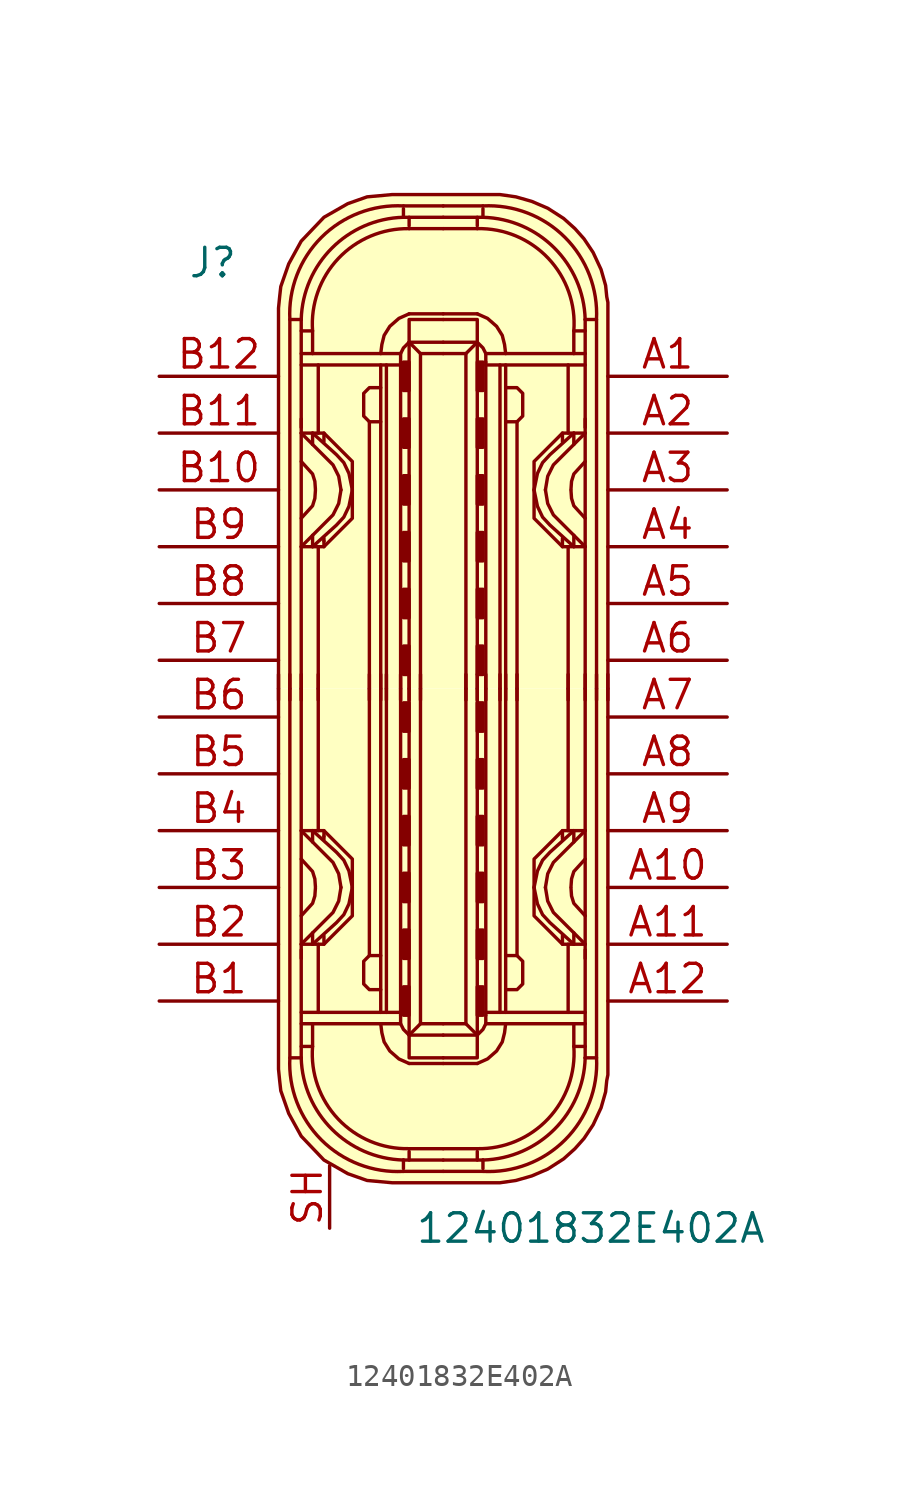
<source format=kicad_sym>
(kicad_symbol_lib
  (version 20220914)
  (generator kicad_symbol_editor)
  (symbol "12401832E402A"
    (pin_names
      (offset 1.016))
    (property "Reference" "J"
      (at -11.43 19.05 0)
      (effects (font (size 1.27 1.27)) (justify left)))
    (property "Value" "12401832E402A"
      (at -1.27 -24.13 0)
      (effects (font (size 1.27 1.27)) (justify left)))
    (symbol "12401832E402A_1_1"
      (arc (start -6.858 -16.51) (mid -5.4492 -20.1812) (end -1.778 -21.59) (stroke (width 0) (type solid)) (fill (type none)))
      (arc (start -6.35 -16.51) (mid -4.9749 -19.7069) (end -1.778 -21.082) (stroke (width 0) (type solid)) (fill (type none)))
      (arc (start -5.842 -16.002) (mid -4.6972 -19.2495) (end -1.524 -20.574) (stroke (width 0) (type solid)) (fill (type none)))
      (rectangle (start -1.778 -14.605) (end -1.524 -13.335) (stroke (width 0) (type solid)) (fill (type outline)))
      (rectangle (start -1.778 -12.065) (end -1.524 -10.795) (stroke (width 0) (type solid)) (fill (type outline)))
      (rectangle (start -1.778 -9.525) (end -1.524 -8.255) (stroke (width 0) (type solid)) (fill (type outline)))
      (rectangle (start -1.778 -6.985) (end -1.524 -5.715) (stroke (width 0) (type solid)) (fill (type outline)))
      (rectangle (start -1.778 -4.445) (end -1.524 -3.175) (stroke (width 0) (type solid)) (fill (type outline)))
      (rectangle (start -1.778 -1.905) (end -1.524 -0.635) (stroke (width 0) (type solid)) (fill (type outline)))
      (rectangle (start -1.778 1.905) (end -1.524 0.635) (stroke (width 0) (type solid)) (fill (type outline)))
      (rectangle (start -1.778 4.445) (end -1.524 3.175) (stroke (width 0) (type solid)) (fill (type outline)))
      (rectangle (start -1.778 6.985) (end -1.524 5.715) (stroke (width 0) (type solid)) (fill (type outline)))
      (rectangle (start -1.778 9.525) (end -1.524 8.255) (stroke (width 0) (type solid)) (fill (type outline)))
      (rectangle (start -1.778 12.065) (end -1.524 10.795) (stroke (width 0) (type solid)) (fill (type outline)))
      (rectangle (start -1.778 14.605) (end -1.524 13.335) (stroke (width 0) (type solid)) (fill (type outline)))
      (arc (start -1.778 21.082) (mid -4.9749 19.7069) (end -6.35 16.51) (stroke (width 0) (type solid)) (fill (type none)))
      (arc (start -1.778 21.59) (mid -5.4492 20.1812) (end -6.858 16.51) (stroke (width 0) (type solid)) (fill (type none)))
      (arc (start -1.524 20.574) (mid -4.6883 19.2412) (end -5.842 16.002) (stroke (width 0) (type solid)) (fill (type none)))
      (polyline (pts (xy -7.366 -0.508) (xy -7.366 0.635)) (stroke (width 0) (type solid)) (fill (type none)))
      (polyline (pts (xy -6.858 -0.508) (xy -6.858 0.635)) (stroke (width 0) (type solid)) (fill (type none)))
      (polyline (pts (xy -6.35 -14.986) (xy -1.905 -14.986)) (stroke (width 0) (type solid)) (fill (type none)))
      (polyline (pts (xy -6.35 -12.065) (xy -6.35 0)) (stroke (width 0) (type solid)) (fill (type none)))
      (polyline (pts (xy -6.35 -0.508) (xy -6.35 0.635)) (stroke (width 0) (type solid)) (fill (type none)))
      (polyline (pts (xy -6.35 12.065) (xy -6.35 0)) (stroke (width 0) (type solid)) (fill (type none)))
      (polyline (pts (xy -6.35 14.986) (xy -1.905 14.986)) (stroke (width 0) (type solid)) (fill (type none)))
      (polyline (pts (xy -5.842 -11.43) (xy -5.842 -10.922)) (stroke (width 0) (type solid)) (fill (type none)))
      (polyline (pts (xy -5.842 -6.35) (xy -5.842 -6.858)) (stroke (width 0) (type solid)) (fill (type none)))
      (polyline (pts (xy -5.842 6.35) (xy -5.842 6.858)) (stroke (width 0) (type solid)) (fill (type none)))
      (polyline (pts (xy -5.842 11.43) (xy -5.842 10.922)) (stroke (width 0) (type solid)) (fill (type none)))
      (polyline (pts (xy -5.588 -14.478) (xy -5.588 -11.43)) (stroke (width 0) (type solid)) (fill (type none)))
      (polyline (pts (xy -5.588 -6.35) (xy -5.588 0)) (stroke (width 0) (type solid)) (fill (type none)))
      (polyline (pts (xy -5.588 -0.508) (xy -5.588 0.635)) (stroke (width 0) (type solid)) (fill (type none)))
      (polyline (pts (xy -5.588 6.35) (xy -5.588 0)) (stroke (width 0) (type solid)) (fill (type none)))
      (polyline (pts (xy -5.588 14.478) (xy -5.588 11.43)) (stroke (width 0) (type solid)) (fill (type none)))
      (polyline (pts (xy -5.334 -11.43) (xy -5.334 -11.049)) (stroke (width 0) (type solid)) (fill (type none)))
      (polyline (pts (xy -5.334 -6.604) (xy -5.334 -6.731)) (stroke (width 0) (type solid)) (fill (type none)))
      (polyline (pts (xy -5.334 -6.35) (xy -5.334 -6.604)) (stroke (width 0) (type solid)) (fill (type none)))
      (polyline (pts (xy -5.334 6.35) (xy -5.334 6.604)) (stroke (width 0) (type solid)) (fill (type none)))
      (polyline (pts (xy -5.334 6.604) (xy -5.334 6.731)) (stroke (width 0) (type solid)) (fill (type none)))
      (polyline (pts (xy -5.334 11.43) (xy -5.334 11.049)) (stroke (width 0) (type solid)) (fill (type none)))
      (polyline (pts (xy -3.302 -0.508) (xy -3.302 0.635)) (stroke (width 0) (type solid)) (fill (type none)))
      (polyline (pts (xy -3.302 0) (xy -3.302 -11.938)) (stroke (width 0) (type solid)) (fill (type none)))
      (polyline (pts (xy -3.302 0) (xy -3.302 11.938)) (stroke (width 0) (type solid)) (fill (type none)))
      (polyline (pts (xy -2.794 -0.508) (xy -2.794 0.635)) (stroke (width 0) (type solid)) (fill (type none)))
      (polyline (pts (xy -2.794 0) (xy -2.794 -14.478)) (stroke (width 0) (type solid)) (fill (type none)))
      (polyline (pts (xy -2.794 0) (xy -2.794 14.478)) (stroke (width 0) (type solid)) (fill (type none)))
      (polyline (pts (xy -2.54 -14.478) (xy -2.54 0)) (stroke (width 0) (type solid)) (fill (type none)))
      (polyline (pts (xy -2.54 -0.508) (xy -2.54 0.635)) (stroke (width 0) (type solid)) (fill (type none)))
      (polyline (pts (xy -2.54 14.478) (xy -2.54 0)) (stroke (width 0) (type solid)) (fill (type none)))
      (polyline (pts (xy -1.905 -14.478) (xy -6.35 -14.478)) (stroke (width 0) (type solid)) (fill (type none)))
      (polyline (pts (xy -1.905 -0.508) (xy -1.905 0.635)) (stroke (width 0) (type solid)) (fill (type none)))
      (polyline (pts (xy -1.905 0) (xy -1.905 -14.605)) (stroke (width 0) (type solid)) (fill (type none)))
      (polyline (pts (xy -1.905 0) (xy -1.905 14.605)) (stroke (width 0) (type solid)) (fill (type none)))
      (polyline (pts (xy -1.905 14.478) (xy -6.35 14.478)) (stroke (width 0) (type solid)) (fill (type none)))
      (polyline (pts (xy -1.778 -21.59) (xy 0 -21.59)) (stroke (width 0) (type solid)) (fill (type background)))
      (polyline (pts (xy -1.778 -21.082) (xy -1.778 -21.463)) (stroke (width 0) (type solid)) (fill (type none)))
      (polyline (pts (xy -1.778 -21.082) (xy 0 -21.082)) (stroke (width 0) (type solid)) (fill (type none)))
      (polyline (pts (xy -1.778 21.082) (xy -1.778 21.463)) (stroke (width 0) (type solid)) (fill (type none)))
      (polyline (pts (xy -1.778 21.082) (xy 0 21.082)) (stroke (width 0) (type solid)) (fill (type none)))
      (polyline (pts (xy -1.778 21.59) (xy 0 21.59)) (stroke (width 0) (type solid)) (fill (type background)))
      (polyline (pts (xy -1.524 -20.701) (xy -1.524 -21.082)) (stroke (width 0) (type solid)) (fill (type none)))
      (polyline (pts (xy -1.524 -20.574) (xy 0 -20.574)) (stroke (width 0) (type solid)) (fill (type none)))
      (polyline (pts (xy -1.524 -0.508) (xy -1.524 0.635)) (stroke (width 0) (type solid)) (fill (type none)))
      (polyline (pts (xy -1.524 20.574) (xy 0 20.574)) (stroke (width 0) (type solid)) (fill (type none)))
      (polyline (pts (xy -1.524 20.701) (xy -1.524 21.082)) (stroke (width 0) (type solid)) (fill (type none)))
      (polyline (pts (xy -1.016 -14.986) (xy -1.524 -15.494)) (stroke (width 0) (type solid)) (fill (type none)))
      (polyline (pts (xy -1.016 -0.508) (xy -1.016 0.635)) (stroke (width 0) (type solid)) (fill (type none)))
      (polyline (pts (xy -1.016 14.986) (xy -1.524 15.494)) (stroke (width 0) (type solid)) (fill (type none)))
      (polyline (pts (xy 0 -16.764) (xy -1.524 -16.764)) (stroke (width 0) (type solid)) (fill (type none)))
      (polyline (pts (xy 0 -16.764) (xy 1.524 -16.764)) (stroke (width 0) (type solid)) (fill (type none)))
      (polyline (pts (xy 0 16.764) (xy -1.524 16.764)) (stroke (width 0) (type solid)) (fill (type none)))
      (polyline (pts (xy 0 16.764) (xy 1.524 16.764)) (stroke (width 0) (type solid)) (fill (type none)))
      (polyline (pts (xy 1.016 -14.986) (xy 1.524 -15.494)) (stroke (width 0) (type solid)) (fill (type none)))
      (polyline (pts (xy 1.016 -0.508) (xy 1.016 0.635)) (stroke (width 0) (type solid)) (fill (type none)))
      (polyline (pts (xy 1.016 14.986) (xy 1.524 15.494)) (stroke (width 0) (type solid)) (fill (type none)))
      (polyline (pts (xy 1.524 -20.701) (xy 1.524 -21.082)) (stroke (width 0) (type solid)) (fill (type none)))
      (polyline (pts (xy 1.524 -20.574) (xy 0 -20.574)) (stroke (width 0) (type solid)) (fill (type none)))
      (polyline (pts (xy 1.524 -0.508) (xy 1.524 0.635)) (stroke (width 0) (type solid)) (fill (type none)))
      (polyline (pts (xy 1.524 20.574) (xy 0 20.574)) (stroke (width 0) (type solid)) (fill (type none)))
      (polyline (pts (xy 1.524 20.701) (xy 1.524 21.082)) (stroke (width 0) (type solid)) (fill (type none)))
      (polyline (pts (xy 1.778 -21.59) (xy 0 -21.59)) (stroke (width 0) (type solid)) (fill (type background)))
      (polyline (pts (xy 1.778 -21.082) (xy 0 -21.082)) (stroke (width 0) (type solid)) (fill (type none)))
      (polyline (pts (xy 1.778 -21.082) (xy 1.778 -21.463)) (stroke (width 0) (type solid)) (fill (type none)))
      (polyline (pts (xy 1.778 21.082) (xy 0 21.082)) (stroke (width 0) (type solid)) (fill (type none)))
      (polyline (pts (xy 1.778 21.082) (xy 1.778 21.463)) (stroke (width 0) (type solid)) (fill (type none)))
      (polyline (pts (xy 1.778 21.59) (xy 0 21.59)) (stroke (width 0) (type solid)) (fill (type background)))
      (polyline (pts (xy 1.905 -14.478) (xy 6.35 -14.478)) (stroke (width 0) (type solid)) (fill (type none)))
      (polyline (pts (xy 1.905 -0.508) (xy 1.905 0.635)) (stroke (width 0) (type solid)) (fill (type none)))
      (polyline (pts (xy 1.905 0) (xy 1.905 -14.605)) (stroke (width 0) (type solid)) (fill (type none)))
      (polyline (pts (xy 1.905 0) (xy 1.905 14.605)) (stroke (width 0) (type solid)) (fill (type none)))
      (polyline (pts (xy 1.905 14.478) (xy 6.35 14.478)) (stroke (width 0) (type solid)) (fill (type none)))
      (polyline (pts (xy 2.54 -14.478) (xy 2.54 0)) (stroke (width 0) (type solid)) (fill (type none)))
      (polyline (pts (xy 2.54 -0.508) (xy 2.54 0.635)) (stroke (width 0) (type solid)) (fill (type none)))
      (polyline (pts (xy 2.54 14.478) (xy 2.54 0)) (stroke (width 0) (type solid)) (fill (type none)))
      (polyline (pts (xy 2.794 -0.508) (xy 2.794 0.635)) (stroke (width 0) (type solid)) (fill (type none)))
      (polyline (pts (xy 2.794 0) (xy 2.794 -14.478)) (stroke (width 0) (type solid)) (fill (type none)))
      (polyline (pts (xy 2.794 0) (xy 2.794 14.478)) (stroke (width 0) (type solid)) (fill (type none)))
      (polyline (pts (xy 3.302 -0.508) (xy 3.302 0.635)) (stroke (width 0) (type solid)) (fill (type none)))
      (polyline (pts (xy 3.302 0) (xy 3.302 -11.938)) (stroke (width 0) (type solid)) (fill (type none)))
      (polyline (pts (xy 3.302 0) (xy 3.302 11.938)) (stroke (width 0) (type solid)) (fill (type none)))
      (polyline (pts (xy 5.334 -11.43) (xy 5.334 -11.049)) (stroke (width 0) (type solid)) (fill (type none)))
      (polyline (pts (xy 5.334 -6.604) (xy 5.334 -6.731)) (stroke (width 0) (type solid)) (fill (type none)))
      (polyline (pts (xy 5.334 -6.35) (xy 5.334 -6.604)) (stroke (width 0) (type solid)) (fill (type none)))
      (polyline (pts (xy 5.334 6.35) (xy 5.334 6.604)) (stroke (width 0) (type solid)) (fill (type none)))
      (polyline (pts (xy 5.334 6.604) (xy 5.334 6.731)) (stroke (width 0) (type solid)) (fill (type none)))
      (polyline (pts (xy 5.334 11.43) (xy 5.334 11.049)) (stroke (width 0) (type solid)) (fill (type none)))
      (polyline (pts (xy 5.588 -14.478) (xy 5.588 -11.43)) (stroke (width 0) (type solid)) (fill (type none)))
      (polyline (pts (xy 5.588 -6.35) (xy 5.588 0)) (stroke (width 0) (type solid)) (fill (type none)))
      (polyline (pts (xy 5.588 -0.508) (xy 5.588 0.635)) (stroke (width 0) (type solid)) (fill (type none)))
      (polyline (pts (xy 5.588 6.35) (xy 5.588 0)) (stroke (width 0) (type solid)) (fill (type none)))
      (polyline (pts (xy 5.588 14.478) (xy 5.588 11.43)) (stroke (width 0) (type solid)) (fill (type none)))
      (polyline (pts (xy 5.842 -11.43) (xy 5.842 -10.922)) (stroke (width 0) (type solid)) (fill (type none)))
      (polyline (pts (xy 5.842 -6.35) (xy 5.842 -6.858)) (stroke (width 0) (type solid)) (fill (type none)))
      (polyline (pts (xy 5.842 6.35) (xy 5.842 6.858)) (stroke (width 0) (type solid)) (fill (type none)))
      (polyline (pts (xy 5.842 11.43) (xy 5.842 10.922)) (stroke (width 0) (type solid)) (fill (type none)))
      (polyline (pts (xy 6.35 -14.986) (xy 1.905 -14.986)) (stroke (width 0) (type solid)) (fill (type none)))
      (polyline (pts (xy 6.35 -12.065) (xy 6.35 0)) (stroke (width 0) (type solid)) (fill (type none)))
      (polyline (pts (xy 6.35 -0.508) (xy 6.35 0.635)) (stroke (width 0) (type solid)) (fill (type none)))
      (polyline (pts (xy 6.35 12.065) (xy 6.35 0)) (stroke (width 0) (type solid)) (fill (type none)))
      (polyline (pts (xy 6.35 14.986) (xy 1.905 14.986)) (stroke (width 0) (type solid)) (fill (type none)))
      (polyline (pts (xy 6.858 -0.508) (xy 6.858 0.635)) (stroke (width 0) (type solid)) (fill (type none)))
      (polyline (pts (xy 7.366 -0.508) (xy 7.366 0.635)) (stroke (width 0) (type solid)) (fill (type none)))
      (polyline (pts (xy -6.35 -16.51) (xy -6.858 -16.51) (xy -6.858 0)) (stroke (width 0) (type solid)) (fill (type none)))
      (polyline (pts (xy -6.35 -11.684) (xy -6.35 -15.875) (xy -6.35 -16.51)) (stroke (width 0) (type solid)) (fill (type none)))
      (polyline (pts (xy -6.35 11.684) (xy -6.35 15.875) (xy -6.35 16.51)) (stroke (width 0) (type solid)) (fill (type none)))
      (polyline (pts (xy -6.35 16.51) (xy -6.858 16.51) (xy -6.858 0)) (stroke (width 0) (type solid)) (fill (type none)))
      (polyline (pts (xy -5.842 -14.986) (xy -5.842 -16.002) (xy -6.35 -16.002)) (stroke (width 0) (type solid)) (fill (type none)))
      (polyline (pts (xy -5.842 14.986) (xy -5.842 16.002) (xy -6.35 16.002)) (stroke (width 0) (type solid)) (fill (type none)))
      (polyline (pts (xy -1.524 0) (xy -1.524 -15.494) (xy 0 -15.494)) (stroke (width 0) (type solid)) (fill (type none)))
      (polyline (pts (xy -1.524 0) (xy -1.524 15.494) (xy 0 15.494)) (stroke (width 0) (type solid)) (fill (type none)))
      (polyline (pts (xy -1.016 0) (xy -1.016 -14.986) (xy 0 -14.986)) (stroke (width 0) (type solid)) (fill (type none)))
      (polyline (pts (xy -1.016 0) (xy -1.016 14.986) (xy 0 14.986)) (stroke (width 0) (type solid)) (fill (type none)))
      (polyline (pts (xy 1.016 0) (xy 1.016 -14.986) (xy 0 -14.986)) (stroke (width 0) (type solid)) (fill (type none)))
      (polyline (pts (xy 1.016 0) (xy 1.016 14.986) (xy 0 14.986)) (stroke (width 0) (type solid)) (fill (type none)))
      (polyline (pts (xy 1.524 0) (xy 1.524 -15.494) (xy 0 -15.494)) (stroke (width 0) (type solid)) (fill (type none)))
      (polyline (pts (xy 1.524 0) (xy 1.524 15.494) (xy 0 15.494)) (stroke (width 0) (type solid)) (fill (type none)))
      (polyline (pts (xy 5.842 -14.986) (xy 5.842 -16.002) (xy 6.35 -16.002)) (stroke (width 0) (type solid)) (fill (type none)))
      (polyline (pts (xy 5.842 14.986) (xy 5.842 16.002) (xy 6.35 16.002)) (stroke (width 0) (type solid)) (fill (type none)))
      (polyline (pts (xy 6.35 -16.51) (xy 6.858 -16.51) (xy 6.858 0)) (stroke (width 0) (type solid)) (fill (type none)))
      (polyline (pts (xy 6.35 -11.684) (xy 6.35 -15.875) (xy 6.35 -16.51)) (stroke (width 0) (type solid)) (fill (type none)))
      (polyline (pts (xy 6.35 11.684) (xy 6.35 15.875) (xy 6.35 16.51)) (stroke (width 0) (type solid)) (fill (type none)))
      (polyline (pts (xy 6.35 16.51) (xy 6.858 16.51) (xy 6.858 0)) (stroke (width 0) (type solid)) (fill (type none)))
      (polyline (pts (xy -6.35 -11.43) (xy -4.928 -10.008) (xy -4.674 -9.5) (xy -4.572 -8.89)) (stroke (width 0) (type solid)) (fill (type none)))
      (polyline (pts (xy -6.35 -10.16) (xy -5.842 -9.601) (xy -5.74 -9.271) (xy -5.715 -8.915)) (stroke (width 0) (type solid)) (fill (type none)))
      (polyline (pts (xy -6.35 -7.62) (xy -5.842 -8.179) (xy -5.74 -8.509) (xy -5.715 -8.865)) (stroke (width 0) (type solid)) (fill (type none)))
      (polyline (pts (xy -6.35 -6.35) (xy -4.928 -7.772) (xy -4.674 -8.28) (xy -4.572 -8.89)) (stroke (width 0) (type solid)) (fill (type none)))
      (polyline (pts (xy -6.35 6.35) (xy -4.928 7.772) (xy -4.674 8.28) (xy -4.572 8.89)) (stroke (width 0) (type solid)) (fill (type none)))
      (polyline (pts (xy -6.35 7.62) (xy -5.842 8.179) (xy -5.74 8.509) (xy -5.715 8.865)) (stroke (width 0) (type solid)) (fill (type none)))
      (polyline (pts (xy -6.35 10.16) (xy -5.842 9.601) (xy -5.74 9.271) (xy -5.715 8.915)) (stroke (width 0) (type solid)) (fill (type none)))
      (polyline (pts (xy -6.35 11.43) (xy -4.928 10.008) (xy -4.674 9.5) (xy -4.572 8.89)) (stroke (width 0) (type solid)) (fill (type none)))
      (polyline (pts (xy -1.905 -14.605) (xy -1.905 -14.986) (xy -1.778 -15.24) (xy -1.524 -15.494)) (stroke (width 0) (type solid)) (fill (type none)))
      (polyline (pts (xy -1.905 14.605) (xy -1.905 14.986) (xy -1.778 15.24) (xy -1.524 15.494)) (stroke (width 0) (type solid)) (fill (type none)))
      (polyline (pts (xy 0 -16.51) (xy -1.397 -16.51) (xy -1.524 -16.51) (xy -1.524 -15.494)) (stroke (width 0) (type solid)) (fill (type none)))
      (polyline (pts (xy 0 -16.51) (xy 1.397 -16.51) (xy 1.524 -16.51) (xy 1.524 -15.494)) (stroke (width 0) (type solid)) (fill (type none)))
      (polyline (pts (xy 0 16.51) (xy -1.397 16.51) (xy -1.524 16.51) (xy -1.524 15.494)) (stroke (width 0) (type solid)) (fill (type none)))
      (polyline (pts (xy 0 16.51) (xy 1.397 16.51) (xy 1.524 16.51) (xy 1.524 15.494)) (stroke (width 0) (type solid)) (fill (type none)))
      (polyline (pts (xy 1.905 -14.605) (xy 1.905 -14.986) (xy 1.778 -15.24) (xy 1.524 -15.494)) (stroke (width 0) (type solid)) (fill (type none)))
      (polyline (pts (xy 1.905 14.605) (xy 1.905 14.986) (xy 1.778 15.24) (xy 1.524 15.494)) (stroke (width 0) (type solid)) (fill (type none)))
      (polyline (pts (xy 6.35 -11.43) (xy 4.928 -10.008) (xy 4.674 -9.5) (xy 4.572 -8.89)) (stroke (width 0) (type solid)) (fill (type none)))
      (polyline (pts (xy 6.35 -10.16) (xy 5.842 -9.601) (xy 5.74 -9.271) (xy 5.715 -8.915)) (stroke (width 0) (type solid)) (fill (type none)))
      (polyline (pts (xy 6.35 -7.62) (xy 5.842 -8.179) (xy 5.74 -8.509) (xy 5.715 -8.865)) (stroke (width 0) (type solid)) (fill (type none)))
      (polyline (pts (xy 6.35 -6.35) (xy 4.928 -7.772) (xy 4.674 -8.28) (xy 4.572 -8.89)) (stroke (width 0) (type solid)) (fill (type none)))
      (polyline (pts (xy 6.35 6.35) (xy 4.928 7.772) (xy 4.674 8.28) (xy 4.572 8.89)) (stroke (width 0) (type solid)) (fill (type none)))
      (polyline (pts (xy 6.35 7.62) (xy 5.842 8.179) (xy 5.74 8.509) (xy 5.715 8.865)) (stroke (width 0) (type solid)) (fill (type none)))
      (polyline (pts (xy 6.35 10.16) (xy 5.842 9.601) (xy 5.74 9.271) (xy 5.715 8.915)) (stroke (width 0) (type solid)) (fill (type none)))
      (polyline (pts (xy 6.35 11.43) (xy 4.928 10.008) (xy 4.674 9.5) (xy 4.572 8.89)) (stroke (width 0) (type solid)) (fill (type none)))
      (polyline (pts (xy -5.842 -11.43) (xy -4.775 -10.465) (xy -4.445 -10.109) (xy -4.216 -9.627) (xy -4.064 -8.89)) (stroke (width 0) (type solid)) (fill (type none)))
      (polyline (pts (xy -5.842 -6.35) (xy -4.775 -7.315) (xy -4.445 -7.671) (xy -4.216 -8.153) (xy -4.064 -8.89)) (stroke (width 0) (type solid)) (fill (type none)))
      (polyline (pts (xy -5.842 6.35) (xy -4.775 7.315) (xy -4.445 7.671) (xy -4.216 8.153) (xy -4.064 8.89)) (stroke (width 0) (type solid)) (fill (type none)))
      (polyline (pts (xy -5.842 11.43) (xy -4.775 10.465) (xy -4.445 10.109) (xy -4.216 9.627) (xy -4.064 8.89)) (stroke (width 0) (type solid)) (fill (type none)))
      (polyline (pts (xy 5.842 -11.43) (xy 4.775 -10.465) (xy 4.445 -10.109) (xy 4.216 -9.627) (xy 4.064 -8.89)) (stroke (width 0) (type solid)) (fill (type none)))
      (polyline (pts (xy 5.842 -6.35) (xy 4.775 -7.315) (xy 4.445 -7.671) (xy 4.216 -8.153) (xy 4.064 -8.89)) (stroke (width 0) (type solid)) (fill (type none)))
      (polyline (pts (xy 5.842 6.35) (xy 4.775 7.315) (xy 4.445 7.671) (xy 4.216 8.153) (xy 4.064 8.89)) (stroke (width 0) (type solid)) (fill (type none)))
      (polyline (pts (xy 5.842 11.43) (xy 4.775 10.465) (xy 4.445 10.109) (xy 4.216 9.627) (xy 4.064 8.89)) (stroke (width 0) (type solid)) (fill (type none)))
      (polyline (pts (xy -6.35 -11.43) (xy -5.334 -11.43) (xy -4.064 -10.16) (xy -4.064 -7.62) (xy -5.334 -6.35) (xy -6.35 -6.35)) (stroke (width 0) (type solid)) (fill (type none)))
      (polyline (pts (xy -6.35 11.43) (xy -5.334 11.43) (xy -4.064 10.16) (xy -4.064 7.62) (xy -5.334 6.35) (xy -6.35 6.35)) (stroke (width 0) (type solid)) (fill (type none)))
      (polyline (pts (xy -2.794 -14.986) (xy -2.743 -15.392) (xy -2.642 -15.799) (xy -2.388 -16.205) (xy -1.981 -16.561) (xy -1.524 -16.764)) (stroke (width 0) (type solid)) (fill (type none)))
      (polyline (pts (xy -2.794 -13.462) (xy -3.302 -13.462) (xy -3.556 -13.208) (xy -3.556 -12.192) (xy -3.302 -11.938) (xy -2.794 -11.938)) (stroke (width 0) (type solid)) (fill (type none)))
      (polyline (pts (xy -2.794 13.462) (xy -3.302 13.462) (xy -3.556 13.208) (xy -3.556 12.192) (xy -3.302 11.938) (xy -2.794 11.938)) (stroke (width 0) (type solid)) (fill (type none)))
      (polyline (pts (xy -2.794 14.986) (xy -2.743 15.392) (xy -2.642 15.799) (xy -2.388 16.205) (xy -1.981 16.561) (xy -1.524 16.764)) (stroke (width 0) (type solid)) (fill (type none)))
      (polyline (pts (xy 2.794 -14.986) (xy 2.743 -15.392) (xy 2.642 -15.799) (xy 2.388 -16.205) (xy 1.981 -16.561) (xy 1.524 -16.764)) (stroke (width 0) (type solid)) (fill (type none)))
      (polyline (pts (xy 2.794 -13.462) (xy 3.302 -13.462) (xy 3.556 -13.208) (xy 3.556 -12.192) (xy 3.302 -11.938) (xy 2.794 -11.938)) (stroke (width 0) (type solid)) (fill (type none)))
      (polyline (pts (xy 2.794 13.462) (xy 3.302 13.462) (xy 3.556 13.208) (xy 3.556 12.192) (xy 3.302 11.938) (xy 2.794 11.938)) (stroke (width 0) (type solid)) (fill (type none)))
      (polyline (pts (xy 2.794 14.986) (xy 2.743 15.392) (xy 2.642 15.799) (xy 2.388 16.205) (xy 1.981 16.561) (xy 1.524 16.764)) (stroke (width 0) (type solid)) (fill (type none)))
      (polyline (pts (xy 6.35 -11.43) (xy 5.334 -11.43) (xy 4.064 -10.16) (xy 4.064 -7.62) (xy 5.334 -6.35) (xy 6.35 -6.35)) (stroke (width 0) (type solid)) (fill (type none)))
      (polyline (pts (xy 6.35 11.43) (xy 5.334 11.43) (xy 4.064 10.16) (xy 4.064 7.62) (xy 5.334 6.35) (xy 6.35 6.35)) (stroke (width 0) (type solid)) (fill (type none)))
      (polyline (pts (xy 7.366 0) (xy 7.366 -17.018) (xy 7.366 -17.272) (xy 7.315 -17.526) (xy 7.264 -18.034) (xy 7.061 -18.745) (xy 6.706 -19.507) (xy 6.299 -20.117) (xy 5.893 -20.574) (xy 5.385 -21.031) (xy 4.674 -21.488) (xy 3.962 -21.793) (xy 3.251 -21.996) (xy 2.54 -22.098) (xy -2.286 -22.098) (xy -3.404 -21.996) (xy -4.267 -21.692) (xy -5.334 -21.082) (xy -6.35 -20.015) (xy -6.909 -18.999) (xy -7.264 -17.983) (xy -7.315 -17.526) (xy -7.366 -17.018) (xy -7.366 0)) (stroke (width 0) (type solid)) (fill (type background)))
      (polyline (pts (xy 7.366 0) (xy 7.366 17.018) (xy 7.366 17.272) (xy 7.315 17.526) (xy 7.264 18.034) (xy 7.061 18.745) (xy 6.706 19.507) (xy 6.299 20.117) (xy 5.893 20.574) (xy 5.385 21.031) (xy 4.674 21.488) (xy 3.962 21.793) (xy 3.251 21.996) (xy 2.54 22.098) (xy -2.286 22.098) (xy -3.404 21.996) (xy -4.267 21.692) (xy -5.334 21.082) (xy -6.35 20.015) (xy -6.909 18.999) (xy -7.264 17.983) (xy -7.315 17.526) (xy -7.366 17.018) (xy -7.366 0)) (stroke (width 0) (type solid)) (fill (type background)))
      (arc (start 1.524 -20.574) (mid 4.6883 -19.2412) (end 5.842 -16.002) (stroke (width 0) (type solid)) (fill (type none)))
      (arc (start 1.778 -21.59) (mid 5.4492 -20.1812) (end 6.858 -16.51) (stroke (width 0) (type solid)) (fill (type none)))
      (arc (start 1.778 -21.082) (mid 4.9749 -19.7069) (end 6.35 -16.51) (stroke (width 0) (type solid)) (fill (type none)))
      (rectangle (start 1.778 -14.605) (end 1.524 -13.335) (stroke (width 0) (type solid)) (fill (type outline)))
      (rectangle (start 1.778 -12.065) (end 1.524 -10.795) (stroke (width 0) (type solid)) (fill (type outline)))
      (rectangle (start 1.778 -9.525) (end 1.524 -8.255) (stroke (width 0) (type solid)) (fill (type outline)))
      (rectangle (start 1.778 -6.985) (end 1.524 -5.715) (stroke (width 0) (type solid)) (fill (type outline)))
      (rectangle (start 1.778 -4.445) (end 1.524 -3.175) (stroke (width 0) (type solid)) (fill (type outline)))
      (rectangle (start 1.778 -1.905) (end 1.524 -0.635) (stroke (width 0) (type solid)) (fill (type outline)))
      (rectangle (start 1.778 1.905) (end 1.524 0.635) (stroke (width 0) (type solid)) (fill (type outline)))
      (rectangle (start 1.778 4.445) (end 1.524 3.175) (stroke (width 0) (type solid)) (fill (type outline)))
      (rectangle (start 1.778 6.985) (end 1.524 5.715) (stroke (width 0) (type solid)) (fill (type outline)))
      (rectangle (start 1.778 9.525) (end 1.524 8.255) (stroke (width 0) (type solid)) (fill (type outline)))
      (rectangle (start 1.778 12.065) (end 1.524 10.795) (stroke (width 0) (type solid)) (fill (type outline)))
      (rectangle (start 1.778 14.605) (end 1.524 13.335) (stroke (width 0) (type solid)) (fill (type outline)))
      (arc (start 5.842 16.002) (mid 4.6972 19.2495) (end 1.524 20.574) (stroke (width 0) (type solid)) (fill (type none)))
      (arc (start 6.35 16.51) (mid 4.9749 19.7069) (end 1.778 21.082) (stroke (width 0) (type solid)) (fill (type none)))
      (arc (start 6.858 16.51) (mid 5.4492 20.1812) (end 1.778 21.59) (stroke (width 0) (type solid)) (fill (type none)))
      (pin passive line (at 12.7 13.97 180) (length 5.334) (name "~" (effects (font (size 1.27 1.27)))) (number "A1" (effects (font (size 1.27 1.27)))))
      (pin passive line (at 12.7 -8.89 180) (length 5.334) (name "~" (effects (font (size 1.27 1.27)))) (number "A10" (effects (font (size 1.27 1.27)))))
      (pin passive line (at 12.7 -11.43 180) (length 5.334) (name "~" (effects (font (size 1.27 1.27)))) (number "A11" (effects (font (size 1.27 1.27)))))
      (pin passive line (at 12.7 -13.97 180) (length 5.334) (name "~" (effects (font (size 1.27 1.27)))) (number "A12" (effects (font (size 1.27 1.27)))))
      (pin passive line (at 12.7 11.43 180) (length 5.334) (name "~" (effects (font (size 1.27 1.27)))) (number "A2" (effects (font (size 1.27 1.27)))))
      (pin passive line (at 12.7 8.89 180) (length 5.334) (name "~" (effects (font (size 1.27 1.27)))) (number "A3" (effects (font (size 1.27 1.27)))))
      (pin passive line (at 12.7 6.35 180) (length 5.334) (name "~" (effects (font (size 1.27 1.27)))) (number "A4" (effects (font (size 1.27 1.27)))))
      (pin passive line (at 12.7 3.81 180) (length 5.334) (name "~" (effects (font (size 1.27 1.27)))) (number "A5" (effects (font (size 1.27 1.27)))))
      (pin passive line (at 12.7 1.27 180) (length 5.334) (name "~" (effects (font (size 1.27 1.27)))) (number "A6" (effects (font (size 1.27 1.27)))))
      (pin passive line (at 12.7 -1.27 180) (length 5.334) (name "~" (effects (font (size 1.27 1.27)))) (number "A7" (effects (font (size 1.27 1.27)))))
      (pin passive line (at 12.7 -3.81 180) (length 5.334) (name "~" (effects (font (size 1.27 1.27)))) (number "A8" (effects (font (size 1.27 1.27)))))
      (pin passive line (at 12.7 -6.35 180) (length 5.334) (name "~" (effects (font (size 1.27 1.27)))) (number "A9" (effects (font (size 1.27 1.27)))))
      (pin passive line (at -12.7 -13.97 0) (length 5.334) (name "~" (effects (font (size 1.27 1.27)))) (number "B1" (effects (font (size 1.27 1.27)))))
      (pin passive line (at -12.7 8.89 0) (length 5.334) (name "~" (effects (font (size 1.27 1.27)))) (number "B10" (effects (font (size 1.27 1.27)))))
      (pin passive line (at -12.7 11.43 0) (length 5.334) (name "~" (effects (font (size 1.27 1.27)))) (number "B11" (effects (font (size 1.27 1.27)))))
      (pin passive line (at -12.7 13.97 0) (length 5.334) (name "~" (effects (font (size 1.27 1.27)))) (number "B12" (effects (font (size 1.27 1.27)))))
      (pin passive line (at -12.7 -11.43 0) (length 5.334) (name "~" (effects (font (size 1.27 1.27)))) (number "B2" (effects (font (size 1.27 1.27)))))
      (pin passive line (at -12.7 -8.89 0) (length 5.334) (name "~" (effects (font (size 1.27 1.27)))) (number "B3" (effects (font (size 1.27 1.27)))))
      (pin passive line (at -12.7 -6.35 0) (length 5.334) (name "~" (effects (font (size 1.27 1.27)))) (number "B4" (effects (font (size 1.27 1.27)))))
      (pin passive line (at -12.7 -3.81 0) (length 5.334) (name "~" (effects (font (size 1.27 1.27)))) (number "B5" (effects (font (size 1.27 1.27)))))
      (pin passive line (at -12.7 -1.27 0) (length 5.334) (name "~" (effects (font (size 1.27 1.27)))) (number "B6" (effects (font (size 1.27 1.27)))))
      (pin passive line (at -12.7 1.27 0) (length 5.334) (name "~" (effects (font (size 1.27 1.27)))) (number "B7" (effects (font (size 1.27 1.27)))))
      (pin passive line (at -12.7 3.81 0) (length 5.334) (name "~" (effects (font (size 1.27 1.27)))) (number "B8" (effects (font (size 1.27 1.27)))))
      (pin passive line (at -12.7 6.35 0) (length 5.334) (name "~" (effects (font (size 1.27 1.27)))) (number "B9" (effects (font (size 1.27 1.27)))))
      (pin input line (at -5.08 -24.13 90) (length 2.794) (name "~" (effects (font (size 1.27 1.27)))) (number "SH" (effects (font (size 1.27 1.27))))))))
</source>
